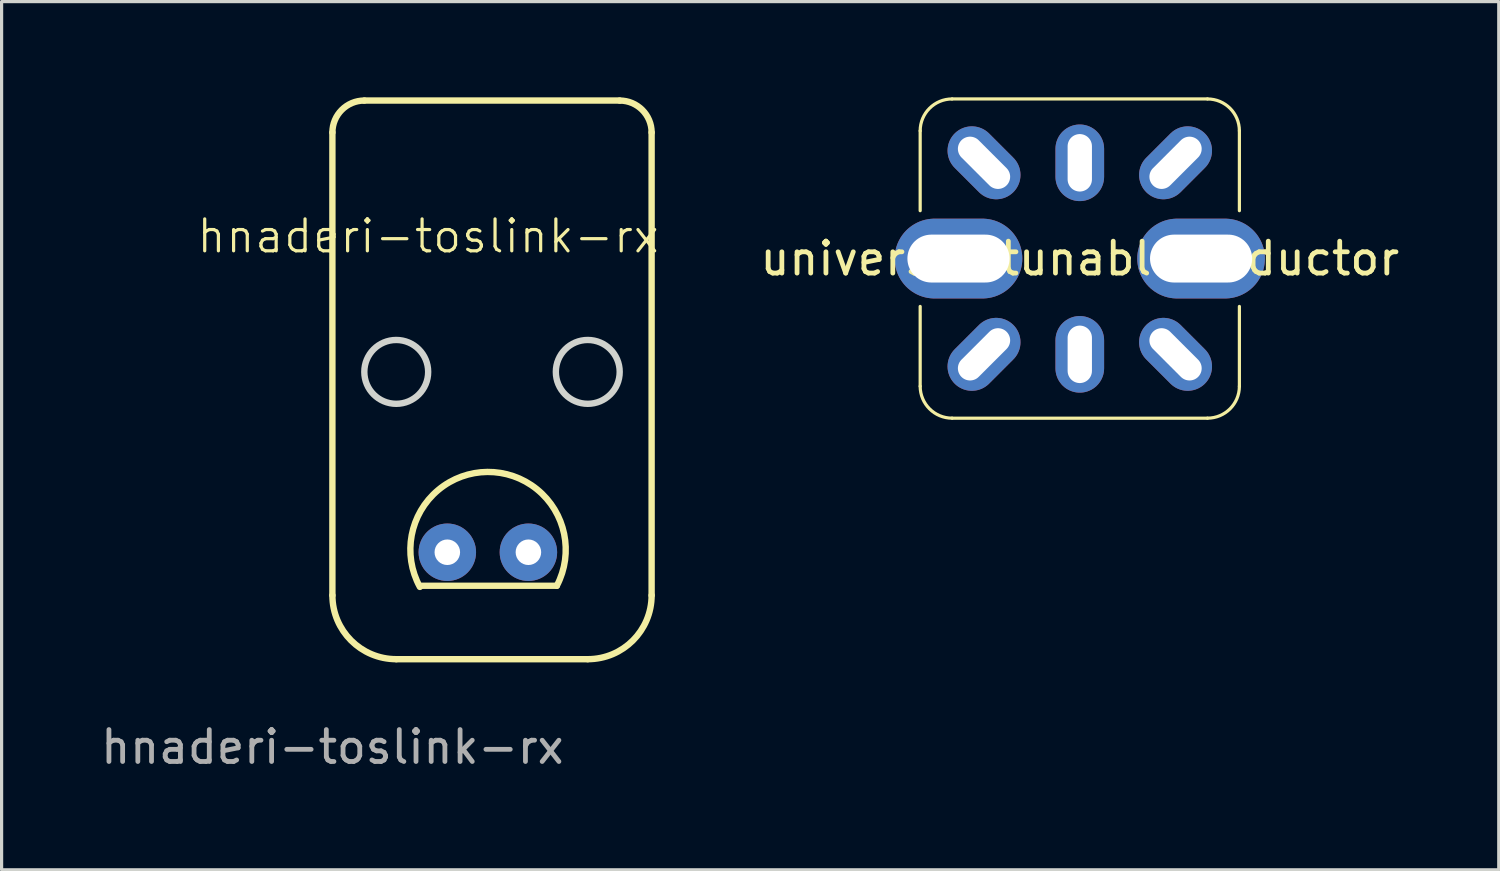
<source format=kicad_pcb>
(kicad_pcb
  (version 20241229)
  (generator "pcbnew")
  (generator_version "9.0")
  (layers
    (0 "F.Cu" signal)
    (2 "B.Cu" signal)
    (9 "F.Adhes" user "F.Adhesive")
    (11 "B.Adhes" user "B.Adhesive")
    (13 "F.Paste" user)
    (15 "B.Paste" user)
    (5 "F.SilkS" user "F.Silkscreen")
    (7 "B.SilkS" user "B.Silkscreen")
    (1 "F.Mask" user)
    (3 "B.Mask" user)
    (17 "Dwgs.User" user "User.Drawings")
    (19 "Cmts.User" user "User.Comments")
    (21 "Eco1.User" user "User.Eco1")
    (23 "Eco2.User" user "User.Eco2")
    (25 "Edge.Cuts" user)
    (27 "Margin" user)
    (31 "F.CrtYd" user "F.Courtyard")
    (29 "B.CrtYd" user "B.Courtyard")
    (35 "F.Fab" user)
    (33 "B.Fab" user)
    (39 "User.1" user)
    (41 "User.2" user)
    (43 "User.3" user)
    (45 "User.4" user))
  (footprint "hnaderi-toslink-rx"
    (layer "F.Cu")
    (at 7.363 17.85)
    (property "Reference" "hnaderi-toslink-rx" (at 3 -13.5 0) (unlocked yes) (layer "F.SilkS") (effects (font (size 1 1) (thickness 0.1))))
    (attr through_hole)
    (fp_line (start 0 -16.75) (end 0 -2.25) (stroke (width 0.2) (type default)) (layer "F.SilkS"))
    (fp_line (start 1 -17.75) (end 9 -17.75) (stroke (width 0.2) (type default)) (layer "F.SilkS"))
    (fp_line (start 2 -0.25) (end 8 -0.25) (stroke (width 0.2) (type default)) (layer "F.SilkS"))
    (fp_line (start 2.807 -2.55) (end 7.03 -2.55) (stroke (width 0.2) (type default)) (layer "F.SilkS"))
    (fp_line (start 10 -16.75) (end 10 -2.25) (stroke (width 0.2) (type default)) (layer "F.SilkS"))
    (fp_arc (start 0 -16.750001) (mid 0.292893 -17.457107) (end 0.999999 -17.75) (stroke (width 0.2) (type default)) (layer "F.SilkS"))
    (fp_arc (start 2 -0.25) (mid 0.585786 -0.835786) (end 0 -2.249999) (stroke (width 0.2) (type default)) (layer "F.SilkS"))
    (fp_arc (start 2.740728 -2.513832) (mid 4.855343 -6.11583) (end 7.030393 -2.55) (stroke (width 0.2) (type default)) (layer "F.SilkS"))
    (fp_arc (start 9 -17.75) (mid 9.707107 -17.457107) (end 10 -16.75) (stroke (width 0.2) (type default)) (layer "F.SilkS"))
    (fp_arc (start 10 -2.25) (mid 9.414214 -0.835786) (end 8 -0.25) (stroke (width 0.2) (type default)) (layer "F.SilkS"))
    (fp_circle (center 2 -9.25) (end 3 -9.25) (stroke (width 0.2) (type solid)) (fill no) (layer "Edge.Cuts"))
    (fp_circle (center 8 -9.25) (end 9 -9.25) (stroke (width 0.2) (type solid)) (fill no) (layer "Edge.Cuts"))
    (fp_text user "${REFERENCE}" (at 0 2.5 0) (unlocked yes) (layer "F.Fab") (effects (font (size 1 1) (thickness 0.15))))
    (pad "1" thru_hole circle (at 6.14 -3.6) (size 1.8 1.8) (drill 0.8) (layers "*.Cu" "*.Mask"))
    (pad "2" thru_hole circle (at 3.6 -3.6) (size 1.8 1.8) (drill 0.8) (layers "*.Cu" "*.Mask")))
  (footprint "universal tunable inductor"
    (layer "F.Cu")
    (at 30.776 5.05)
    (property "Reference" "universal tunable inductor" (at 0 0 0) (layer "F.SilkS") (effects (font (size 1 1) (thickness 0.15))))
    (attr through_hole)
    (fp_line (start -5 -4) (end -5 -1.5) (stroke (width 0.1) (type default)) (layer "F.SilkS"))
    (fp_line (start -5 4) (end -5 1.5) (stroke (width 0.1) (type default)) (layer "F.SilkS"))
    (fp_line (start -4 -5) (end 4 -5) (stroke (width 0.1) (type default)) (layer "F.SilkS"))
    (fp_line (start 4 5) (end -4 5) (stroke (width 0.1) (type default)) (layer "F.SilkS"))
    (fp_line (start 5 -4) (end 5 -1.5) (stroke (width 0.1) (type default)) (layer "F.SilkS"))
    (fp_line (start 5 4) (end 5 1.5) (stroke (width 0.1) (type default)) (layer "F.SilkS"))
    (fp_arc (start -5 -4) (mid -4.707107 -4.707107) (end -4 -5) (stroke (width 0.1) (type default)) (layer "F.SilkS"))
    (fp_arc (start -4 5) (mid -4.707107 4.707107) (end -5 4) (stroke (width 0.1) (type default)) (layer "F.SilkS"))
    (fp_arc (start 4 -5) (mid 4.707107 -4.707107) (end 5 -4) (stroke (width 0.1) (type default)) (layer "F.SilkS"))
    (fp_arc (start 5 4) (mid 4.707107 4.707107) (end 4 5) (stroke (width 0.1) (type default)) (layer "F.SilkS"))
    (pad "1" thru_hole oval (at -3 -3 45) (size 1.524 2.6) (drill oval 0.762 2) (layers "*.Cu" "*.Mask"))
    (pad "2" thru_hole oval (at 3 -3 315) (size 1.524 2.6) (drill oval 0.762 2) (layers "*.Cu" "*.Mask"))
    (pad "3" thru_hole oval (at -3 3 315) (size 1.524 2.6) (drill oval 0.762 2) (layers "*.Cu" "*.Mask"))
    (pad "4" thru_hole oval (at 3 3 45) (size 1.524 2.6) (drill oval 0.762 2) (layers "*.Cu" "*.Mask"))
    (pad "5" thru_hole oval (at 0 -3) (size 1.524 2.4) (drill oval 0.762 1.8) (layers "*.Cu" "*.Mask"))
    (pad "5" thru_hole oval (at 0 3) (size 1.524 2.4) (drill oval 0.762 1.8) (layers "*.Cu" "*.Mask"))
    (pad "6" thru_hole oval (at -3.8 0) (size 4 2.5) (drill oval 3.2 1.5) (layers "*.Cu" "*.Mask"))
    (pad "6" thru_hole oval (at 3.8 0) (size 4 2.5) (drill oval 3.2 1.5) (layers "*.Cu" "*.Mask")))
  (gr_rect
    (start -3 -3)
    (end 43.901 24.198)
    (stroke (width 0.1) (type default))
    (fill no)
    (layer "Edge.Cuts")))
</source>
